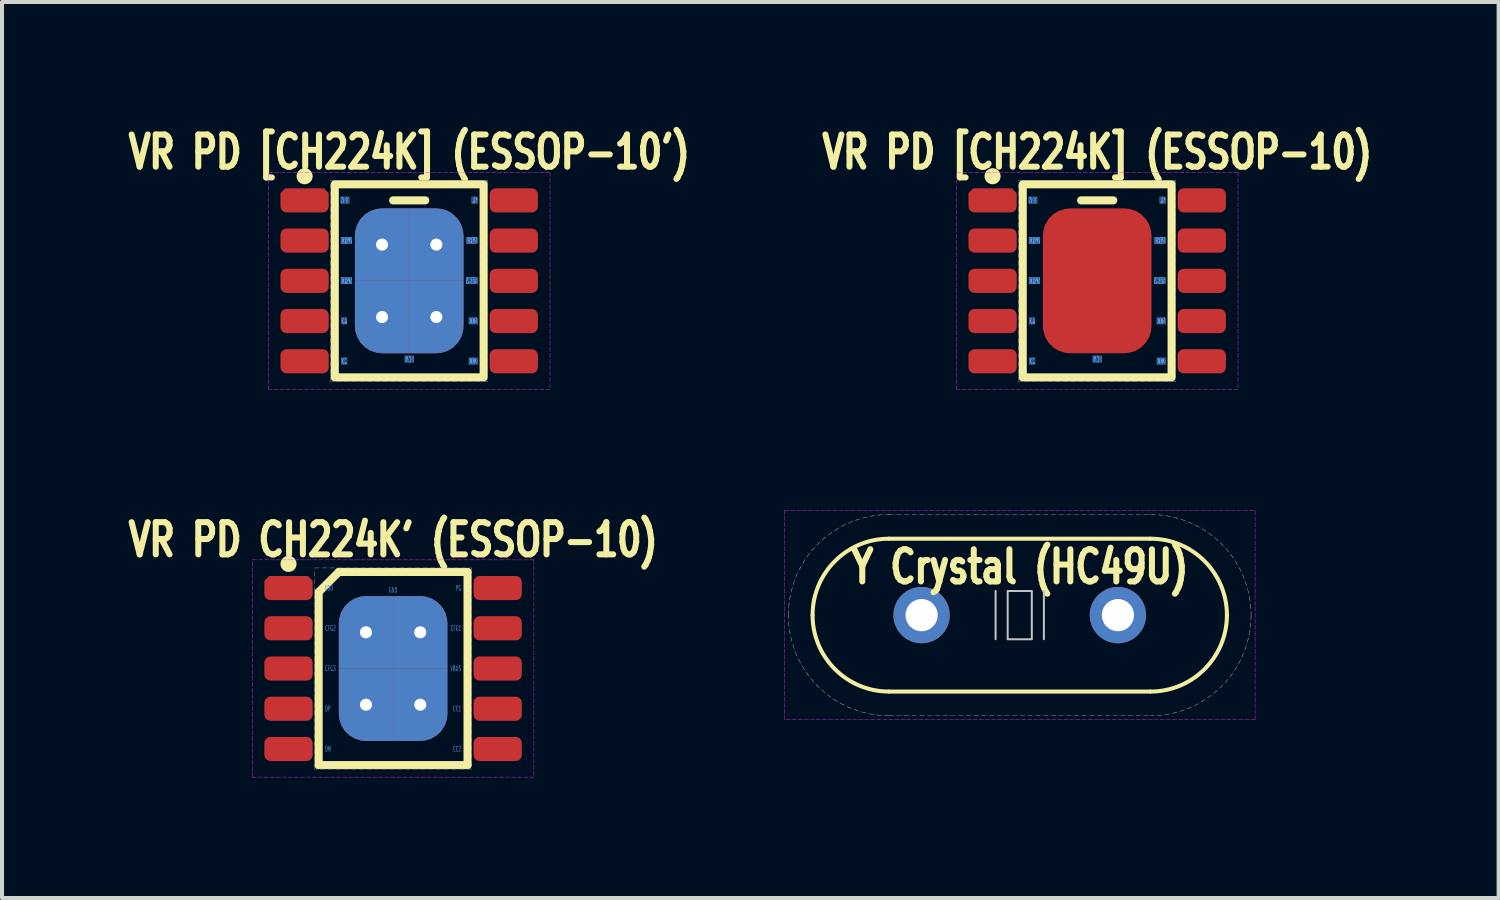
<source format=kicad_pcb>
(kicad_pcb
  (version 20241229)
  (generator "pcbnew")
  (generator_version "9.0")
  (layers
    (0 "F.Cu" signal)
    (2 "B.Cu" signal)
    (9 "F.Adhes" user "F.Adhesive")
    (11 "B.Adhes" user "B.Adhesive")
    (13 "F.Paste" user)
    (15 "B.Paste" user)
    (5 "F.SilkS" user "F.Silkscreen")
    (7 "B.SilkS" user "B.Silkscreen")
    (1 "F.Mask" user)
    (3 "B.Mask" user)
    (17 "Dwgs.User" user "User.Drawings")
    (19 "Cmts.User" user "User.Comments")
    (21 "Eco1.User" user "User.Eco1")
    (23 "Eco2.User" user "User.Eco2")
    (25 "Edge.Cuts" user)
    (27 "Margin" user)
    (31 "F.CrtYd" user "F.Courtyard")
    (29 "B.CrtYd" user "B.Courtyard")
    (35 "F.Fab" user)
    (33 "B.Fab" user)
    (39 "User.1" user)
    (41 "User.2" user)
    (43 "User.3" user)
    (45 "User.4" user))
  (footprint "VR PD [CH224K] (ESSOP-10')"
    (layer "F.Cu")
    (at 7.122 3.931)
    (property "Reference" "VR PD [CH224K] (ESSOP-10')" (at 0 -3.2 0) (layer "F.SilkS") (effects (font (size 0.8 0.6) (thickness 0.15))))
    (attr smd)
    (fp_line (start -0.4 -2) (end 0.4 -2) (stroke (width 0.2) (type default)) (layer "F.SilkS"))
    (fp_rect (start -1.85 -2.4) (end 1.85 2.4) (stroke (width 0.2) (type default)) (fill no) (layer "F.SilkS"))
    (fp_circle (center -2.6 -2.6) (end -2.45 -2.6) (stroke (width 0.1) (type solid)) (fill yes) (layer "F.SilkS"))
    (fp_rect (start -3.5 -2.7) (end 3.5 2.7) (stroke (width 0.01) (type dash)) (fill no) (layer "F.CrtYd"))
    (fp_rect (start -1.95 -2.5) (end 1.95 2.5) (stroke (width 0.01) (type dash_dot)) (fill no) (layer "F.Fab"))
    (fp_text user "CC1" (at 1.7 1 0) (layer "Cmts.User" knockout) (effects (font (size 0.13 0.07) (thickness 0.01) (bold yes)) (justify right)))
    (fp_text user "CC2" (at 1.7 2 0) (layer "Cmts.User" knockout) (effects (font (size 0.13 0.07) (thickness 0.01) (bold yes)) (justify right)))
    (fp_text user "CFG2" (at -1.7 -1 0) (layer "Cmts.User" knockout) (effects (font (size 0.13 0.07) (thickness 0.01) (bold yes)) (justify left)))
    (fp_text user "VBUS" (at 1.7 0 0) (layer "Cmts.User" knockout) (effects (font (size 0.13 0.07) (thickness 0.01) (bold yes)) (justify right)))
    (fp_text user "CFG1" (at 1.7 -1 0) (layer "Cmts.User" knockout) (effects (font (size 0.13 0.07) (thickness 0.01) (bold yes)) (justify right)))
    (fp_text user "VDD" (at -1.7 -2 0) (layer "Cmts.User" knockout) (effects (font (size 0.13 0.07) (thickness 0.01) (bold yes)) (justify left)))
    (fp_text user "DM" (at -1.7 2 0) (layer "Cmts.User" knockout) (effects (font (size 0.13 0.07) (thickness 0.01) (bold yes)) (justify left)))
    (fp_text user "GND" (at 0 1.95 0) (layer "Cmts.User" knockout) (effects (font (size 0.13 0.07) (thickness 0.01) (bold yes))))
    (fp_text user "DP" (at -1.7 1 0) (layer "Cmts.User" knockout) (effects (font (size 0.13 0.07) (thickness 0.01) (bold yes)) (justify left)))
    (fp_text user "CFG3" (at -1.7 0 0) (layer "Cmts.User" knockout) (effects (font (size 0.13 0.07) (thickness 0.01) (bold yes)) (justify left)))
    (fp_text user "PG" (at 1.7 -2 0) (layer "Cmts.User" knockout) (effects (font (size 0.13 0.07) (thickness 0.01) (bold yes)) (justify right)))
    (pad "1" smd roundrect (at -2.6 -2) (size 1.2 0.6) (layers "F.Cu" "F.Mask" "F.Paste") (roundrect_rratio 0.25) (chamfer_ratio 0.2) (chamfer top_left top_right))
    (pad "2" smd roundrect (at -2.6 -1) (size 1.2 0.6) (layers "F.Cu" "F.Mask" "F.Paste") (roundrect_rratio 0.25))
    (pad "3" smd roundrect (at -2.6 0) (size 1.2 0.6) (layers "F.Cu" "F.Mask" "F.Paste") (roundrect_rratio 0.25))
    (pad "4" smd roundrect (at -2.6 1) (size 1.2 0.6) (layers "F.Cu" "F.Mask" "F.Paste") (roundrect_rratio 0.25))
    (pad "5" smd roundrect (at -2.6 2) (size 1.2 0.6) (layers "F.Cu" "F.Mask" "F.Paste") (roundrect_rratio 0.25))
    (pad "6" smd roundrect (at 2.6 2) (size 1.2 0.6) (layers "F.Cu" "F.Mask" "F.Paste") (roundrect_rratio 0.25))
    (pad "7" smd roundrect (at 2.6 1) (size 1.2 0.6) (layers "F.Cu" "F.Mask" "F.Paste") (roundrect_rratio 0.25))
    (pad "8" smd roundrect (at 2.6 0) (size 1.2 0.6) (layers "F.Cu" "F.Mask" "F.Paste") (roundrect_rratio 0.25))
    (pad "9" smd roundrect (at 2.6 -1) (size 1.2 0.6) (layers "F.Cu" "F.Mask" "F.Paste") (roundrect_rratio 0.25))
    (pad "10" smd roundrect (at 2.6 -2) (size 1.2 0.6) (layers "F.Cu" "F.Mask" "F.Paste") (roundrect_rratio 0.25))
    (pad "11" thru_hole roundrect (at -0.675 -0.9) (size 1.35 1.8) (drill 0.3) (layers "*.Cu" "F.Mask" "F.Paste") (roundrect_rratio 0.5) (chamfer_ratio 0) (chamfer top_right bottom_left bottom_right))
    (pad "11" thru_hole roundrect (at -0.675 0.9) (size 1.35 1.8) (drill 0.3) (layers "*.Cu" "F.Mask" "F.Paste") (roundrect_rratio 0.5) (chamfer_ratio 0) (chamfer top_left top_right bottom_right))
    (pad "11" thru_hole roundrect (at 0.675 -0.9) (size 1.35 1.8) (drill 0.3) (layers "*.Cu" "F.Mask" "F.Paste") (roundrect_rratio 0.5) (chamfer_ratio 0) (chamfer top_left bottom_left bottom_right))
    (pad "11" thru_hole roundrect (at 0.675 0.9) (size 1.35 1.8) (drill 0.3) (layers "*.Cu" "F.Mask" "F.Paste") (roundrect_rratio 0.5) (chamfer_ratio 0) (chamfer top_left top_right bottom_left)))
  (footprint "Y Crystal (HC49U)"
    (layer "F.Cu")
    (at 22.299 12.241)
    (property "Reference" "Y Crystal (HC49U)" (at 0 -1.2 0) (layer "F.SilkS") (effects (font (size 0.8 0.6) (thickness 0.15) (bold yes))))
    (attr smd)
    (fp_line (start -3.25 -1.9) (end 3.25 -1.9) (stroke (width 0.1) (type default)) (layer "F.SilkS"))
    (fp_line (start -3.25 1.9) (end 3.25 1.9) (stroke (width 0.1) (type default)) (layer "F.SilkS"))
    (fp_arc (start -5.15 0) (mid -4.593503 -1.343503) (end -3.25 -1.9) (stroke (width 0.1) (type default)) (layer "F.SilkS"))
    (fp_arc (start -3.25 1.9) (mid -4.593503 1.343503) (end -5.15 0) (stroke (width 0.1) (type default)) (layer "F.SilkS"))
    (fp_arc (start 3.25 -1.9) (mid 4.593503 -1.343503) (end 5.15 0) (stroke (width 0.1) (type default)) (layer "F.SilkS"))
    (fp_arc (start 5.15 0) (mid 4.593503 1.343503) (end 3.25 1.9) (stroke (width 0.1) (type default)) (layer "F.SilkS"))
    (fp_line (start -0.6 0.6) (end -0.6 -0.6) (stroke (width 0.05) (type default)) (layer "Dwgs.User"))
    (fp_line (start 0.6 0.6) (end 0.6 -0.6) (stroke (width 0.05) (type default)) (layer "Dwgs.User"))
    (fp_rect (start -0.3 -0.6) (end 0.3 0.6) (stroke (width 0.05) (type default)) (fill no) (layer "Dwgs.User"))
    (fp_rect (start -5.85 -2.6) (end 5.85 2.6) (stroke (width 0.01) (type dash)) (fill no) (layer "F.CrtYd"))
    (fp_line (start -3.25 -2.5) (end 3.25 -2.5) (stroke (width 0.01) (type dash_dot)) (layer "F.Fab"))
    (fp_line (start -3.25 2.5) (end 3.25 2.5) (stroke (width 0.01) (type dash_dot)) (layer "F.Fab"))
    (fp_arc (start -5.75 0) (mid -5.017767 -1.767767) (end -3.25 -2.5) (stroke (width 0.01) (type dash_dot)) (layer "F.Fab"))
    (fp_arc (start -3.25 2.5) (mid -5.017767 1.767767) (end -5.75 0) (stroke (width 0.01) (type dash_dot)) (layer "F.Fab"))
    (fp_arc (start 3.25 -2.5) (mid 5.017767 -1.767767) (end 5.75 0) (stroke (width 0.01) (type dash_dot)) (layer "F.Fab"))
    (fp_arc (start 5.75 0) (mid 5.017767 1.767767) (end 3.25 2.5) (stroke (width 0.01) (type dash_dot)) (layer "F.Fab"))
    (pad "1" thru_hole circle (at -2.44 0) (size 1.4 1.4) (drill 0.8) (layers "*.Cu" "*.Mask"))
    (pad "2" thru_hole circle (at 2.44 0) (size 1.4 1.4) (drill 0.8) (layers "*.Cu" "*.Mask")))
  (footprint "VR PD [CH224K] (ESSOP-10)"
    (layer "F.Cu")
    (at 24.224 3.931)
    (property "Reference" "VR PD [CH224K] (ESSOP-10)" (at 0 -3.2 0) (layer "F.SilkS") (effects (font (size 0.8 0.6) (thickness 0.15))))
    (attr smd)
    (fp_line (start -0.4 -2) (end 0.4 -2) (stroke (width 0.2) (type default)) (layer "F.SilkS"))
    (fp_rect (start -1.85 -2.4) (end 1.85 2.4) (stroke (width 0.2) (type default)) (fill no) (layer "F.SilkS"))
    (fp_circle (center -2.6 -2.6) (end -2.45 -2.6) (stroke (width 0.1) (type solid)) (fill yes) (layer "F.SilkS"))
    (fp_rect (start -3.5 -2.7) (end 3.5 2.7) (stroke (width 0.01) (type dash)) (fill no) (layer "F.CrtYd"))
    (fp_rect (start -1.95 -2.5) (end 1.95 2.5) (stroke (width 0.01) (type dash_dot)) (fill no) (layer "F.Fab"))
    (fp_text user "GND" (at 0 1.95 0) (layer "Cmts.User" knockout) (effects (font (size 0.13 0.07) (thickness 0.01) (bold yes))))
    (fp_text user "VBUS" (at 1.7 0 0) (layer "Cmts.User" knockout) (effects (font (size 0.13 0.07) (thickness 0.01) (bold yes)) (justify right)))
    (fp_text user "CFG1" (at 1.7 -1 0) (layer "Cmts.User" knockout) (effects (font (size 0.13 0.07) (thickness 0.01) (bold yes)) (justify right)))
    (fp_text user "DP" (at -1.7 1 0) (layer "Cmts.User" knockout) (effects (font (size 0.13 0.07) (thickness 0.01) (bold yes)) (justify left)))
    (fp_text user "PG" (at 1.7 -2 0) (layer "Cmts.User" knockout) (effects (font (size 0.13 0.07) (thickness 0.01) (bold yes)) (justify right)))
    (fp_text user "DM" (at -1.7 2 0) (layer "Cmts.User" knockout) (effects (font (size 0.13 0.07) (thickness 0.01) (bold yes)) (justify left)))
    (fp_text user "CC1" (at 1.7 1 0) (layer "Cmts.User" knockout) (effects (font (size 0.13 0.07) (thickness 0.01) (bold yes)) (justify right)))
    (fp_text user "VDD" (at -1.7 -2 0) (layer "Cmts.User" knockout) (effects (font (size 0.13 0.07) (thickness 0.01) (bold yes)) (justify left)))
    (fp_text user "CFG3" (at -1.7 0 0) (layer "Cmts.User" knockout) (effects (font (size 0.13 0.07) (thickness 0.01) (bold yes)) (justify left)))
    (fp_text user "CFG2" (at -1.7 -1 0) (layer "Cmts.User" knockout) (effects (font (size 0.13 0.07) (thickness 0.01) (bold yes)) (justify left)))
    (fp_text user "CC2" (at 1.7 2 0) (layer "Cmts.User" knockout) (effects (font (size 0.13 0.07) (thickness 0.01) (bold yes)) (justify right)))
    (pad "1" smd roundrect (at -2.6 -2) (size 1.2 0.6) (layers "F.Cu" "F.Mask" "F.Paste") (roundrect_rratio 0.25) (chamfer_ratio 0.2) (chamfer top_left top_right))
    (pad "2" smd roundrect (at -2.6 -1) (size 1.2 0.6) (layers "F.Cu" "F.Mask" "F.Paste") (roundrect_rratio 0.25))
    (pad "3" smd roundrect (at -2.6 0) (size 1.2 0.6) (layers "F.Cu" "F.Mask" "F.Paste") (roundrect_rratio 0.25))
    (pad "4" smd roundrect (at -2.6 1) (size 1.2 0.6) (layers "F.Cu" "F.Mask" "F.Paste") (roundrect_rratio 0.25))
    (pad "5" smd roundrect (at -2.6 2) (size 1.2 0.6) (layers "F.Cu" "F.Mask" "F.Paste") (roundrect_rratio 0.25))
    (pad "6" smd roundrect (at 2.6 2) (size 1.2 0.6) (layers "F.Cu" "F.Mask" "F.Paste") (roundrect_rratio 0.25))
    (pad "7" smd roundrect (at 2.6 1) (size 1.2 0.6) (layers "F.Cu" "F.Mask" "F.Paste") (roundrect_rratio 0.25))
    (pad "8" smd roundrect (at 2.6 0) (size 1.2 0.6) (layers "F.Cu" "F.Mask" "F.Paste") (roundrect_rratio 0.25))
    (pad "9" smd roundrect (at 2.6 -1) (size 1.2 0.6) (layers "F.Cu" "F.Mask" "F.Paste") (roundrect_rratio 0.25))
    (pad "10" smd roundrect (at 2.6 -2) (size 1.2 0.6) (layers "F.Cu" "F.Mask" "F.Paste") (roundrect_rratio 0.25))
    (pad "11" smd roundrect (at 0 0) (size 2.7 3.6) (layers "F.Cu" "F.Mask" "F.Paste") (roundrect_rratio 0.25)))
  (footprint "VR PD CH224K' (ESSOP-10)"
    (layer "F.Cu")
    (at 6.722 13.568)
    (property "Reference" "VR PD CH224K' (ESSOP-10)" (at 0 -3.2 0) (unlocked yes) (layer "F.SilkS") (effects (font (size 0.8 0.6) (thickness 0.15))))
    (attr smd)
    (fp_line (start -1.85 -1.9) (end -1.35 -2.4) (stroke (width 0.2) (type default)) (layer "F.SilkS"))
    (fp_line (start -1.85 2.4) (end -1.85 -1.9) (stroke (width 0.2) (type default)) (layer "F.SilkS"))
    (fp_line (start -1.35 -2.4) (end 1.85 -2.4) (stroke (width 0.2) (type default)) (layer "F.SilkS"))
    (fp_line (start 1.85 -2.4) (end 1.85 2.4) (stroke (width 0.2) (type default)) (layer "F.SilkS"))
    (fp_line (start 1.85 2.4) (end -1.85 2.4) (stroke (width 0.2) (type default)) (layer "F.SilkS"))
    (fp_circle (center -2.6 -2.6) (end -2.45 -2.6) (stroke (width 0.1) (type solid)) (fill yes) (layer "F.SilkS"))
    (fp_rect (start -3.5 -2.7) (end 3.5 2.7) (stroke (width 0.01) (type dash)) (fill no) (layer "F.CrtYd"))
    (fp_rect (start -1.95 -2.5) (end 1.95 2.5) (stroke (width 0.01) (type dash_dot)) (fill no) (layer "F.Fab"))
    (fp_text user "VDD" (at -1.7 -2 0) (unlocked yes) (layer "Cmts.User") (effects (font (size 0.13 0.07) (thickness 0.01) (bold yes)) (justify left)))
    (fp_text user "GND" (at 0 -1.95 0) (unlocked yes) (layer "Cmts.User") (effects (font (size 0.13 0.07) (thickness 0.01) (bold yes))))
    (fp_text user "CFG1" (at 1.7 -1 0) (unlocked yes) (layer "Cmts.User") (effects (font (size 0.13 0.07) (thickness 0.01) (bold yes)) (justify right)))
    (fp_text user "DP" (at -1.7 1 0) (unlocked yes) (layer "Cmts.User") (effects (font (size 0.13 0.07) (thickness 0.01) (bold yes)) (justify left)))
    (fp_text user "VBUS" (at 1.7 0 0) (unlocked yes) (layer "Cmts.User") (effects (font (size 0.13 0.07) (thickness 0.01) (bold yes)) (justify right)))
    (fp_text user "CFG2" (at -1.7 -1 0) (unlocked yes) (layer "Cmts.User") (effects (font (size 0.13 0.07) (thickness 0.01) (bold yes)) (justify left)))
    (fp_text user "CC1" (at 1.7 1 0) (unlocked yes) (layer "Cmts.User") (effects (font (size 0.13 0.07) (thickness 0.01) (bold yes)) (justify right)))
    (fp_text user "DM" (at -1.7 2 0) (unlocked yes) (layer "Cmts.User") (effects (font (size 0.13 0.07) (thickness 0.01) (bold yes)) (justify left)))
    (fp_text user "CFG3" (at -1.7 0 0) (unlocked yes) (layer "Cmts.User") (effects (font (size 0.13 0.07) (thickness 0.01) (bold yes)) (justify left)))
    (fp_text user "CC2" (at 1.7 2 0) (unlocked yes) (layer "Cmts.User") (effects (font (size 0.13 0.07) (thickness 0.01) (bold yes)) (justify right)))
    (fp_text user "PG" (at 1.7 -2 0) (unlocked yes) (layer "Cmts.User") (effects (font (size 0.13 0.07) (thickness 0.01) (bold yes)) (justify right)))
    (pad "1" smd roundrect (at -2.6 -2) (size 1.2 0.6) (layers "F.Cu" "F.Mask" "F.Paste") (roundrect_rratio 0.25) (chamfer_ratio 0.2) (chamfer top_left top_right))
    (pad "2" smd roundrect (at -2.6 -1) (size 1.2 0.6) (layers "F.Cu" "F.Mask" "F.Paste") (roundrect_rratio 0.25))
    (pad "3" smd roundrect (at -2.6 0) (size 1.2 0.6) (layers "F.Cu" "F.Mask" "F.Paste") (roundrect_rratio 0.25))
    (pad "4" smd roundrect (at -2.6 1) (size 1.2 0.6) (layers "F.Cu" "F.Mask" "F.Paste") (roundrect_rratio 0.25))
    (pad "5" smd roundrect (at -2.6 2) (size 1.2 0.6) (layers "F.Cu" "F.Mask" "F.Paste") (roundrect_rratio 0.25))
    (pad "6" smd roundrect (at 2.6 2) (size 1.2 0.6) (layers "F.Cu" "F.Mask" "F.Paste") (roundrect_rratio 0.25))
    (pad "7" smd roundrect (at 2.6 1) (size 1.2 0.6) (layers "F.Cu" "F.Mask" "F.Paste") (roundrect_rratio 0.25))
    (pad "8" smd roundrect (at 2.6 0) (size 1.2 0.6) (layers "F.Cu" "F.Mask" "F.Paste") (roundrect_rratio 0.25))
    (pad "9" smd roundrect (at 2.6 -1) (size 1.2 0.6) (layers "F.Cu" "F.Mask" "F.Paste") (roundrect_rratio 0.25))
    (pad "10" smd roundrect (at 2.6 -2) (size 1.2 0.6) (layers "F.Cu" "F.Mask" "F.Paste") (roundrect_rratio 0.25))
    (pad "11" thru_hole roundrect (at -0.675 -0.9) (size 1.35 1.8) (drill 0.3) (layers "*.Cu" "F.Mask" "F.Paste") (roundrect_rratio 0.5) (chamfer_ratio 0) (chamfer top_right bottom_left bottom_right))
    (pad "11" thru_hole roundrect (at -0.675 0.9) (size 1.35 1.8) (drill 0.3) (layers "*.Cu" "F.Mask" "F.Paste") (roundrect_rratio 0.5) (chamfer_ratio 0) (chamfer top_left top_right bottom_right))
    (pad "11" thru_hole roundrect (at 0.675 -0.9) (size 1.35 1.8) (drill 0.3) (layers "*.Cu" "F.Mask" "F.Paste") (roundrect_rratio 0.5) (chamfer_ratio 0) (chamfer top_left bottom_left bottom_right))
    (pad "11" thru_hole roundrect (at 0.675 0.9) (size 1.35 1.8) (drill 0.3) (layers "*.Cu" "F.Mask" "F.Paste") (roundrect_rratio 0.5) (chamfer_ratio 0) (chamfer top_left top_right bottom_left)))
  (gr_rect
    (start -3 -3)
    (end 34.203 19.273)
    (stroke (width 0.1) (type default))
    (fill no)
    (layer "Edge.Cuts")))
</source>
